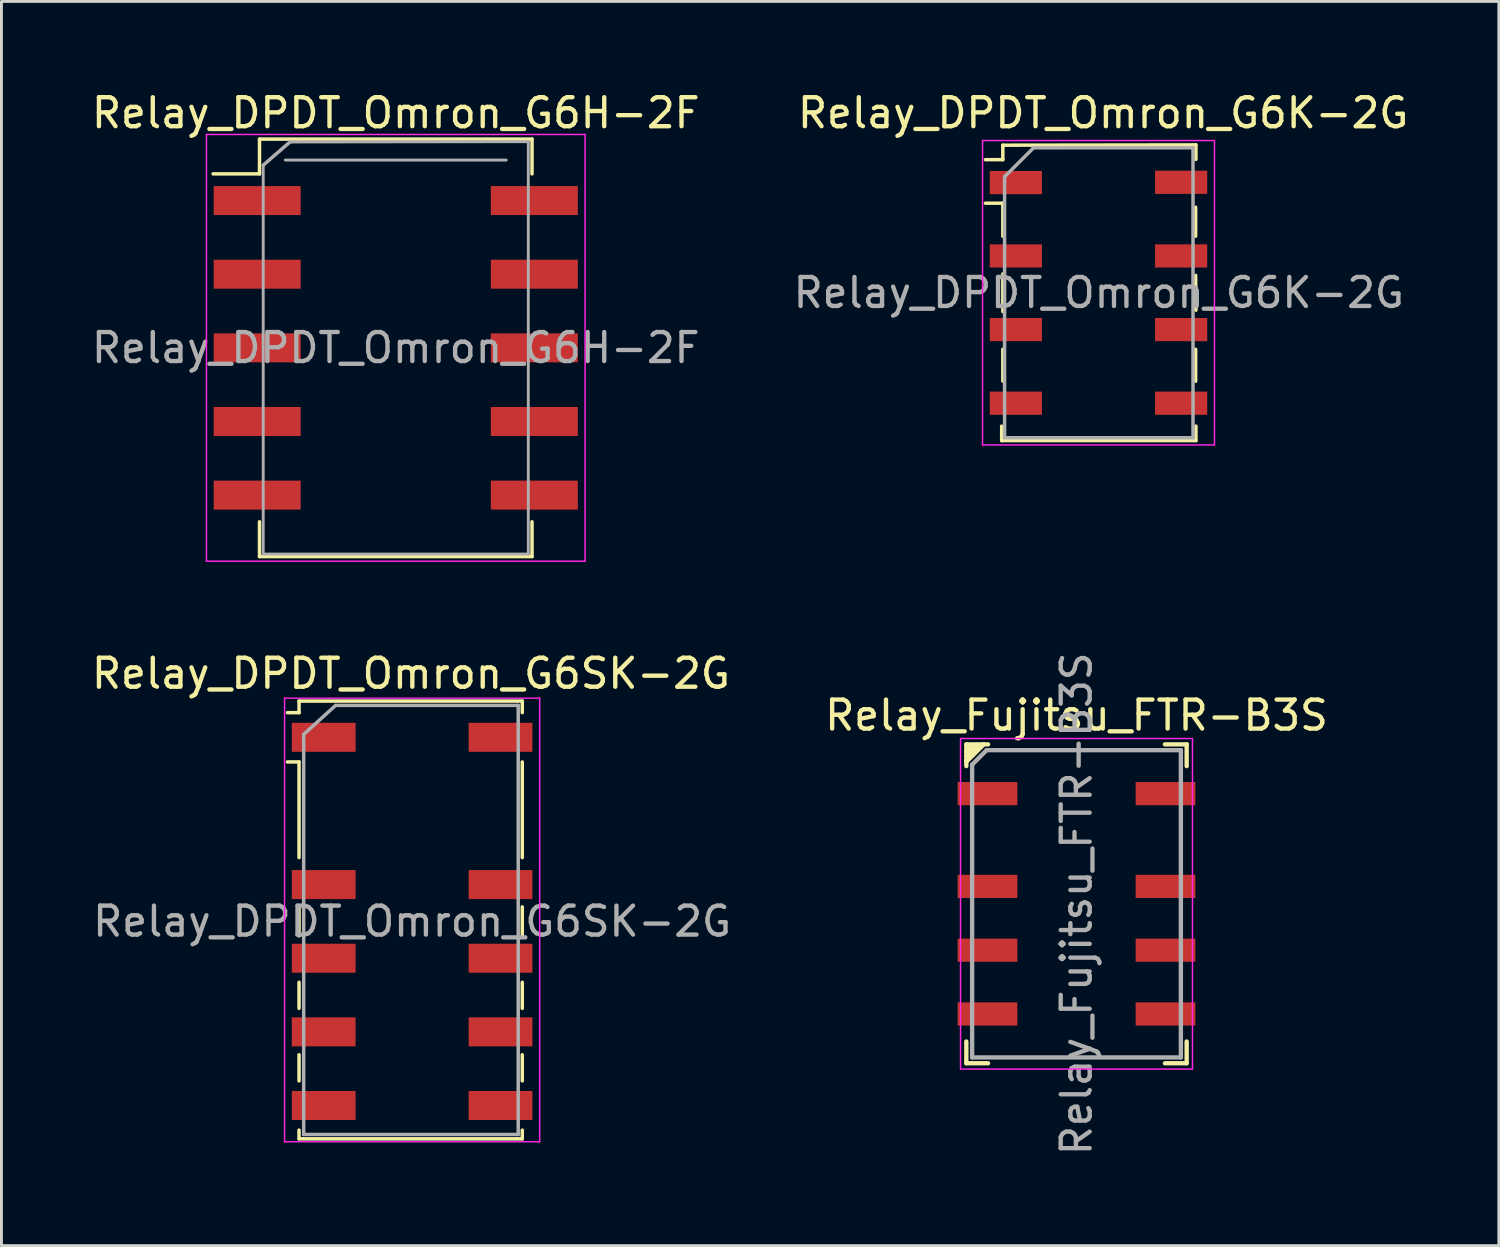
<source format=kicad_pcb>
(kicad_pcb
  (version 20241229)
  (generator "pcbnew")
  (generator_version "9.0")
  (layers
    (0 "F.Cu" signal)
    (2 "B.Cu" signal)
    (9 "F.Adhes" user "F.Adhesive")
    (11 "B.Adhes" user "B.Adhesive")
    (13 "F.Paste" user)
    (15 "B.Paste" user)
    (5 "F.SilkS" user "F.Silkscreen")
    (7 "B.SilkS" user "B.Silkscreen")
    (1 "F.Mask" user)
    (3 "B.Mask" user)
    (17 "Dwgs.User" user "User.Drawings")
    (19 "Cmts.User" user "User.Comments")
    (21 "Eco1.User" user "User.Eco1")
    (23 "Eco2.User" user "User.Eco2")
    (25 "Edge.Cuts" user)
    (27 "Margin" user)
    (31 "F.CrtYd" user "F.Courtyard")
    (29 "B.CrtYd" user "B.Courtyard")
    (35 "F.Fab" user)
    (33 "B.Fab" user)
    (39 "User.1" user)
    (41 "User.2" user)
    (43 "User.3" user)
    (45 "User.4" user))
  (footprint "Relay_Fujitsu_FTR-B3S"
    (layer "F.Cu")
    (at 34.082 28.125)
    (property "Reference" "Relay_Fujitsu_FTR-B3S" (at 0 -6.5 0) (layer "F.SilkS") (effects (font (size 1 1) (thickness 0.15))))
    (attr smd)
    (fp_line (start -3.8 -5.5) (end -3.8 -4.75) (stroke (width 0.15) (type solid)) (layer "F.SilkS"))
    (fp_line (start -3.8 4.75) (end -3.8 5.5) (stroke (width 0.15) (type solid)) (layer "F.SilkS"))
    (fp_line (start -3.8 5.5) (end -3.05 5.5) (stroke (width 0.15) (type solid)) (layer "F.SilkS"))
    (fp_line (start -3.65 -5.4) (end -3.8 -5.25) (stroke (width 0.15) (type solid)) (layer "F.SilkS"))
    (fp_line (start -3.5 -5.4) (end -3.8 -5.1) (stroke (width 0.15) (type solid)) (layer "F.SilkS"))
    (fp_line (start -3.35 -5.4) (end -3.8 -4.95) (stroke (width 0.15) (type solid)) (layer "F.SilkS"))
    (fp_line (start -3.2 -5.5) (end -3.8 -4.9) (stroke (width 0.15) (type solid)) (layer "F.SilkS"))
    (fp_line (start -3.05 -5.5) (end -3.8 -5.5) (stroke (width 0.15) (type solid)) (layer "F.SilkS"))
    (fp_line (start 3.05 -5.5) (end 3.8 -5.5) (stroke (width 0.15) (type solid)) (layer "F.SilkS"))
    (fp_line (start 3.05 5.5) (end 3.8 5.5) (stroke (width 0.15) (type solid)) (layer "F.SilkS"))
    (fp_line (start 3.8 -5.5) (end 3.8 -4.75) (stroke (width 0.15) (type solid)) (layer "F.SilkS"))
    (fp_line (start 3.8 4.75) (end 3.8 5.5) (stroke (width 0.15) (type solid)) (layer "F.SilkS"))
    (fp_line (start -4 -5.7) (end -4 5.7) (stroke (width 0.05) (type solid)) (layer "F.CrtYd"))
    (fp_line (start -4 5.7) (end 4 5.7) (stroke (width 0.05) (type solid)) (layer "F.CrtYd"))
    (fp_line (start 4 -5.7) (end -4 -5.7) (stroke (width 0.05) (type solid)) (layer "F.CrtYd"))
    (fp_line (start 4 5.7) (end 4 -5.7) (stroke (width 0.05) (type solid)) (layer "F.CrtYd"))
    (fp_line (start -3.6 -4.8) (end -3.1 -5.3) (stroke (width 0.15) (type solid)) (layer "F.Fab"))
    (fp_line (start -3.6 5.3) (end -3.6 -4.8) (stroke (width 0.15) (type solid)) (layer "F.Fab"))
    (fp_line (start -3.1 -5.3) (end 3.6 -5.3) (stroke (width 0.15) (type solid)) (layer "F.Fab"))
    (fp_line (start 3.6 -5.3) (end 3.6 5.3) (stroke (width 0.15) (type solid)) (layer "F.Fab"))
    (fp_line (start 3.6 5.3) (end -3.6 5.3) (stroke (width 0.15) (type solid)) (layer "F.Fab"))
    (fp_text user "${REFERENCE}" (at 0 0 90) (layer "F.Fab") (effects (font (size 1 1) (thickness 0.15))))
    (pad "1" smd rect (at -3.07 -3.8) (size 2.06 0.8) (layers "F.Cu" "F.Mask" "F.Paste"))
    (pad "2" smd rect (at -3.07 -0.6) (size 2.06 0.8) (layers "F.Cu" "F.Mask" "F.Paste"))
    (pad "3" smd rect (at -3.07 1.6) (size 2.06 0.8) (layers "F.Cu" "F.Mask" "F.Paste"))
    (pad "4" smd rect (at -3.07 3.8) (size 2.06 0.8) (layers "F.Cu" "F.Mask" "F.Paste"))
    (pad "5" smd rect (at 3.07 3.8) (size 2.06 0.8) (layers "F.Cu" "F.Mask" "F.Paste"))
    (pad "6" smd rect (at 3.07 1.6) (size 2.06 0.8) (layers "F.Cu" "F.Mask" "F.Paste"))
    (pad "7" smd rect (at 3.07 -0.6) (size 2.06 0.8) (layers "F.Cu" "F.Mask" "F.Paste"))
    (pad "8" smd rect (at 3.07 -3.8) (size 2.06 0.8) (layers "F.Cu" "F.Mask" "F.Paste")))
  (footprint "Relay_DPDT_Omron_G6H-2F"
    (layer "F.Cu")
    (at 10.601 8.948)
    (property "Reference" "Relay_DPDT_Omron_G6H-2F" (at 0 -8.1 0) (layer "F.SilkS") (effects (font (size 1 1) (thickness 0.15))))
    (attr smd)
    (fp_line (start -4.7 -7.2) (end -4.7 -6) (stroke (width 0.12) (type solid)) (layer "F.SilkS"))
    (fp_line (start -4.7 -7.2) (end 4.7 -7.2) (stroke (width 0.12) (type solid)) (layer "F.SilkS"))
    (fp_line (start -4.7 -6) (end -6.3 -6) (stroke (width 0.12) (type solid)) (layer "F.SilkS"))
    (fp_line (start -4.7 7.2) (end -4.7 6) (stroke (width 0.12) (type solid)) (layer "F.SilkS"))
    (fp_line (start 4.7 -7.2) (end 4.7 -6) (stroke (width 0.12) (type solid)) (layer "F.SilkS"))
    (fp_line (start 4.7 7.2) (end -4.7 7.2) (stroke (width 0.12) (type solid)) (layer "F.SilkS"))
    (fp_line (start 4.7 7.2) (end 4.7 6) (stroke (width 0.12) (type solid)) (layer "F.SilkS"))
    (fp_line (start -6.53 -7.36) (end -6.53 7.36) (stroke (width 0.05) (type solid)) (layer "F.CrtYd"))
    (fp_line (start -6.53 -7.36) (end 6.53 -7.36) (stroke (width 0.05) (type solid)) (layer "F.CrtYd"))
    (fp_line (start 6.53 7.36) (end -6.53 7.36) (stroke (width 0.05) (type solid)) (layer "F.CrtYd"))
    (fp_line (start 6.53 7.36) (end 6.53 -7.36) (stroke (width 0.05) (type solid)) (layer "F.CrtYd"))
    (fp_line (start -4.572 -6.3) (end -3.65 -7.1) (stroke (width 0.12) (type solid)) (layer "F.Fab"))
    (fp_line (start -4.572 7.112) (end -4.572 -6.3) (stroke (width 0.1) (type solid)) (layer "F.Fab"))
    (fp_line (start -3.81 -6.477) (end 3.81 -6.477) (stroke (width 0.1) (type solid)) (layer "F.Fab"))
    (fp_line (start -3.65 -7.1) (end 4.572 -7.112) (stroke (width 0.1) (type solid)) (layer "F.Fab"))
    (fp_line (start 4.572 -7.112) (end 4.572 7.112) (stroke (width 0.1) (type solid)) (layer "F.Fab"))
    (fp_line (start 4.572 7.112) (end -4.572 7.112) (stroke (width 0.1) (type solid)) (layer "F.Fab"))
    (fp_text user "${REFERENCE}" (at 0 0 0) (layer "F.Fab") (effects (font (size 1 1) (thickness 0.15))))
    (pad "1" smd rect (at -4.78 -5.08) (size 3 1) (layers "F.Cu" "F.Mask" "F.Paste"))
    (pad "2" smd rect (at -4.78 -2.54) (size 3 1) (layers "F.Cu" "F.Mask" "F.Paste"))
    (pad "3" smd rect (at -4.78 0) (size 3 1) (layers "F.Cu" "F.Mask" "F.Paste"))
    (pad "4" smd rect (at -4.78 2.54) (size 3 1) (layers "F.Cu" "F.Mask" "F.Paste"))
    (pad "5" smd rect (at -4.78 5.08) (size 3 1) (layers "F.Cu" "F.Mask" "F.Paste"))
    (pad "6" smd rect (at 4.78 5.08) (size 3 1) (layers "F.Cu" "F.Mask" "F.Paste"))
    (pad "7" smd rect (at 4.78 2.54) (size 3 1) (layers "F.Cu" "F.Mask" "F.Paste"))
    (pad "8" smd rect (at 4.78 0) (size 3 1) (layers "F.Cu" "F.Mask" "F.Paste"))
    (pad "9" smd rect (at 4.78 -2.54) (size 3 1) (layers "F.Cu" "F.Mask" "F.Paste"))
    (pad "10" smd rect (at 4.78 -5.08) (size 3 1) (layers "F.Cu" "F.Mask" "F.Paste")))
  (footprint "Relay_DPDT_Omron_G6SK-2G"
    (layer "F.Cu")
    (at 11.165 28.732)
    (property "Reference" "Relay_DPDT_Omron_G6SK-2G" (at -0.04 -8.55 0) (layer "F.SilkS") (effects (font (size 1 1) (thickness 0.15))))
    (attr smd)
    (fp_line (start -4.3 -7.2) (end -3.9 -7.2) (stroke (width 0.12) (type solid)) (layer "F.SilkS"))
    (fp_line (start -3.9 -7.6) (end 3.8 -7.6) (stroke (width 0.12) (type solid)) (layer "F.SilkS"))
    (fp_line (start -3.9 -7.2) (end -3.9 -7.6) (stroke (width 0.12) (type solid)) (layer "F.SilkS"))
    (fp_line (start -3.9 -5.5) (end -4.3 -5.5) (stroke (width 0.12) (type solid)) (layer "F.SilkS"))
    (fp_line (start -3.9 -5.5) (end -3.9 -2.2) (stroke (width 0.12) (type solid)) (layer "F.SilkS"))
    (fp_line (start -3.9 -0.5) (end -3.9 0.5) (stroke (width 0.12) (type solid)) (layer "F.SilkS"))
    (fp_line (start -3.9 2.1) (end -3.9 3) (stroke (width 0.12) (type solid)) (layer "F.SilkS"))
    (fp_line (start -3.9 5.5) (end -3.9 4.6) (stroke (width 0.12) (type solid)) (layer "F.SilkS"))
    (fp_line (start -3.9 7.2) (end -3.9 7.5) (stroke (width 0.12) (type solid)) (layer "F.SilkS"))
    (fp_line (start -3.9 7.5) (end 3.8 7.5) (stroke (width 0.12) (type solid)) (layer "F.SilkS"))
    (fp_line (start 3.8 -7.6) (end 3.8 -7.2) (stroke (width 0.12) (type solid)) (layer "F.SilkS"))
    (fp_line (start 3.8 -5.5) (end 3.8 -2.2) (stroke (width 0.12) (type solid)) (layer "F.SilkS"))
    (fp_line (start 3.8 0.5) (end 3.8 -0.5) (stroke (width 0.12) (type solid)) (layer "F.SilkS"))
    (fp_line (start 3.8 3) (end 3.8 2.1) (stroke (width 0.12) (type solid)) (layer "F.SilkS"))
    (fp_line (start 3.8 4.6) (end 3.8 5.5) (stroke (width 0.12) (type solid)) (layer "F.SilkS"))
    (fp_line (start 3.8 7.5) (end 3.8 7.2) (stroke (width 0.12) (type solid)) (layer "F.SilkS"))
    (fp_line (start -4.4 -7.7) (end -4.4 7.6) (stroke (width 0.05) (type solid)) (layer "F.CrtYd"))
    (fp_line (start -4.4 -7.7) (end 4.4 -7.7) (stroke (width 0.05) (type solid)) (layer "F.CrtYd"))
    (fp_line (start 4.4 7.6) (end -4.4 7.6) (stroke (width 0.05) (type solid)) (layer "F.CrtYd"))
    (fp_line (start 4.4 7.6) (end 4.4 -7.7) (stroke (width 0.05) (type solid)) (layer "F.CrtYd"))
    (fp_line (start -3.74 -6.45) (end -2.64 -7.45) (stroke (width 0.12) (type solid)) (layer "F.Fab"))
    (fp_line (start -3.74 7.35) (end -3.74 -6.45) (stroke (width 0.12) (type solid)) (layer "F.Fab"))
    (fp_line (start -2.64 -7.45) (end 3.66 -7.45) (stroke (width 0.12) (type solid)) (layer "F.Fab"))
    (fp_line (start 3.66 -7.45) (end 3.66 7.35) (stroke (width 0.12) (type solid)) (layer "F.Fab"))
    (fp_line (start 3.66 7.35) (end -3.74 7.35) (stroke (width 0.12) (type solid)) (layer "F.Fab"))
    (fp_text user "${REFERENCE}" (at 0 0 0) (layer "F.Fab") (effects (font (size 1 1) (thickness 0.15))))
    (pad "1" smd rect (at -3.05 -6.35) (size 2.2 1) (layers "F.Cu" "F.Mask" "F.Paste"))
    (pad "3" smd rect (at -3.05 -1.27) (size 2.2 1) (layers "F.Cu" "F.Mask" "F.Paste"))
    (pad "4" smd rect (at -3.05 1.27) (size 2.2 1) (layers "F.Cu" "F.Mask" "F.Paste"))
    (pad "5" smd rect (at -3.05 3.81) (size 2.2 1) (layers "F.Cu" "F.Mask" "F.Paste"))
    (pad "6" smd rect (at -3.05 6.35) (size 2.2 1) (layers "F.Cu" "F.Mask" "F.Paste"))
    (pad "7" smd rect (at 3.05 6.35) (size 2.2 1) (layers "F.Cu" "F.Mask" "F.Paste"))
    (pad "8" smd rect (at 3.05 3.81) (size 2.2 1) (layers "F.Cu" "F.Mask" "F.Paste"))
    (pad "9" smd rect (at 3.05 1.27) (size 2.2 1) (layers "F.Cu" "F.Mask" "F.Paste"))
    (pad "10" smd rect (at 3.05 -1.27) (size 2.2 1) (layers "F.Cu" "F.Mask" "F.Paste"))
    (pad "12" smd rect (at 3.05 -6.35) (size 2.2 1) (layers "F.Cu" "F.Mask" "F.Paste")))
  (footprint "Relay_DPDT_Omron_G6K-2G"
    (layer "F.Cu")
    (at 34.841 7.048)
    (property "Reference" "Relay_DPDT_Omron_G6K-2G" (at 0.16 -6.2 0) (layer "F.SilkS") (effects (font (size 1 1) (thickness 0.15))))
    (attr smd)
    (fp_line (start -3.34 5.1) (end -3.34 4.6) (stroke (width 0.12) (type solid)) (layer "F.SilkS"))
    (fp_line (start -3.3 -5.09) (end -3.3 -4.59) (stroke (width 0.12) (type solid)) (layer "F.SilkS"))
    (fp_line (start -3.3 -5.09) (end 3.36 -5.1) (stroke (width 0.12) (type solid)) (layer "F.SilkS"))
    (fp_line (start -3.3 -4.59) (end -3.9 -4.59) (stroke (width 0.12) (type solid)) (layer "F.SilkS"))
    (fp_line (start -3.3 -3.09) (end -3.9 -3.09) (stroke (width 0.12) (type solid)) (layer "F.SilkS"))
    (fp_line (start -3.3 -1.95) (end -3.3 -3.09) (stroke (width 0.12) (type solid)) (layer "F.SilkS"))
    (fp_line (start -3.3 0.65) (end -3.3 -0.65) (stroke (width 0.12) (type solid)) (layer "F.SilkS"))
    (fp_line (start -3.3 3.05) (end -3.3 1.95) (stroke (width 0.12) (type solid)) (layer "F.SilkS"))
    (fp_line (start 3.35 -2.95) (end 3.35 -1.95) (stroke (width 0.12) (type solid)) (layer "F.SilkS"))
    (fp_line (start 3.35 -0.6) (end 3.36 0.6) (stroke (width 0.12) (type solid)) (layer "F.SilkS"))
    (fp_line (start 3.35 1.95) (end 3.35 3.05) (stroke (width 0.12) (type solid)) (layer "F.SilkS"))
    (fp_line (start 3.36 -5.1) (end 3.36 -4.6) (stroke (width 0.12) (type solid)) (layer "F.SilkS"))
    (fp_line (start 3.36 4.6) (end 3.36 5.1) (stroke (width 0.12) (type solid)) (layer "F.SilkS"))
    (fp_line (start 3.36 5.1) (end -3.34 5.1) (stroke (width 0.12) (type solid)) (layer "F.SilkS"))
    (fp_line (start -4 -5.25) (end -4 5.25) (stroke (width 0.05) (type solid)) (layer "F.CrtYd"))
    (fp_line (start -4 -5.25) (end 4 -5.25) (stroke (width 0.05) (type solid)) (layer "F.CrtYd"))
    (fp_line (start 4 5.25) (end -4 5.25) (stroke (width 0.05) (type solid)) (layer "F.CrtYd"))
    (fp_line (start 4 5.25) (end 4 -5.25) (stroke (width 0.05) (type solid)) (layer "F.CrtYd"))
    (fp_line (start -3.24 -4) (end -2.24 -5) (stroke (width 0.12) (type solid)) (layer "F.Fab"))
    (fp_line (start -3.24 5) (end -3.24 -4) (stroke (width 0.12) (type solid)) (layer "F.Fab"))
    (fp_line (start -2.24 -5) (end 3.26 -5) (stroke (width 0.12) (type solid)) (layer "F.Fab"))
    (fp_line (start 3.26 -5) (end 3.26 5) (stroke (width 0.12) (type solid)) (layer "F.Fab"))
    (fp_line (start 3.26 5) (end -3.24 5) (stroke (width 0.12) (type solid)) (layer "F.Fab"))
    (fp_text user "${REFERENCE}" (at 0.01 0 0) (layer "F.Fab") (effects (font (size 1 1) (thickness 0.15))))
    (pad "1" smd rect (at -2.85 -3.8) (size 1.8 0.8) (layers "F.Cu" "F.Mask" "F.Paste"))
    (pad "2" smd rect (at -2.85 -1.27) (size 1.8 0.8) (layers "F.Cu" "F.Mask" "F.Paste"))
    (pad "3" smd rect (at -2.85 1.27) (size 1.8 0.8) (layers "F.Cu" "F.Mask" "F.Paste"))
    (pad "4" smd rect (at -2.85 3.81) (size 1.8 0.8) (layers "F.Cu" "F.Mask" "F.Paste"))
    (pad "5" smd rect (at 2.85 3.81) (size 1.8 0.8) (layers "F.Cu" "F.Mask" "F.Paste"))
    (pad "6" smd rect (at 2.85 1.27) (size 1.8 0.8) (layers "F.Cu" "F.Mask" "F.Paste"))
    (pad "7" smd rect (at 2.85 -1.27) (size 1.8 0.8) (layers "F.Cu" "F.Mask" "F.Paste"))
    (pad "8" smd rect (at 2.85 -3.81) (size 1.8 0.8) (layers "F.Cu" "F.Mask" "F.Paste")))
  (gr_rect
    (start -3 -3)
    (end 48.65 39.917)
    (stroke (width 0.1) (type default))
    (fill no)
    (layer "Edge.Cuts")))
</source>
